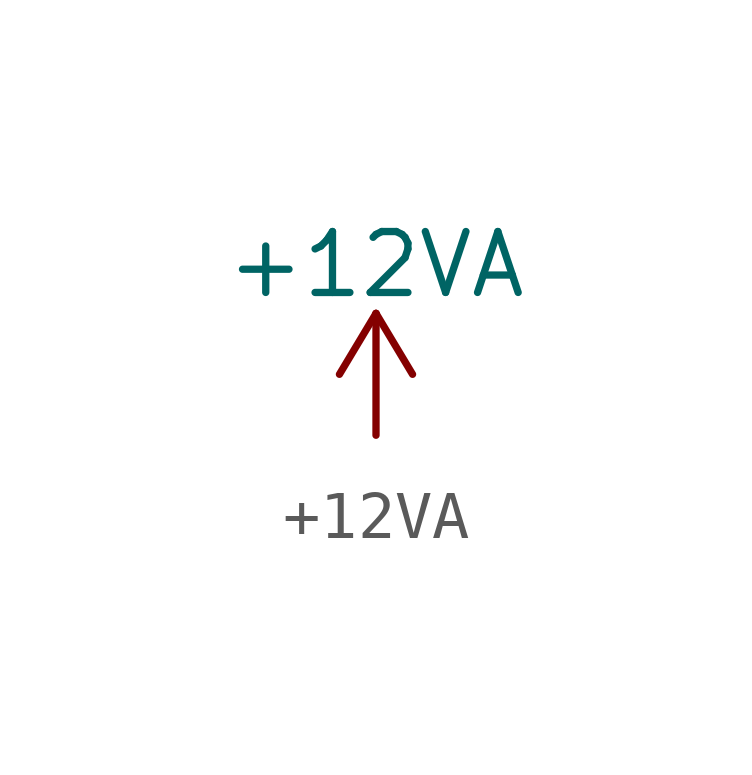
<source format=kicad_sym>
(kicad_symbol_lib
  (version 20211014)
  (generator kicad_symbol_editor)
  (symbol "power1:+12VA"
    (power)
    (pin_names
      (offset 0))
    (property "Reference" "#PWR"
      (at 0 -3.81 0)
      (effects (font (size 1.27 1.27)) hide))
    (property "Value" "+12VA"
      (at 0 3.556 0)
      (effects (font (size 1.27 1.27))))
    (symbol "+12VA_0_1"
      (polyline (pts (xy -0.762 1.27) (xy 0 2.54)) (stroke (width 0) (type default) (color 0 0 0 0)) (fill (type none)))
      (polyline (pts (xy 0 0) (xy 0 2.54)) (stroke (width 0) (type default) (color 0 0 0 0)) (fill (type none)))
      (polyline (pts (xy 0 2.54) (xy 0.762 1.27)) (stroke (width 0) (type default) (color 0 0 0 0)) (fill (type none))))
    (symbol "+12VA_1_1"
      (pin power_in line (at 0 0 90) (length 0) hide (name "+12VA" (effects (font (size 1.27 1.27)))) (number "1" (effects (font (size 1.27 1.27))))))))
</source>
